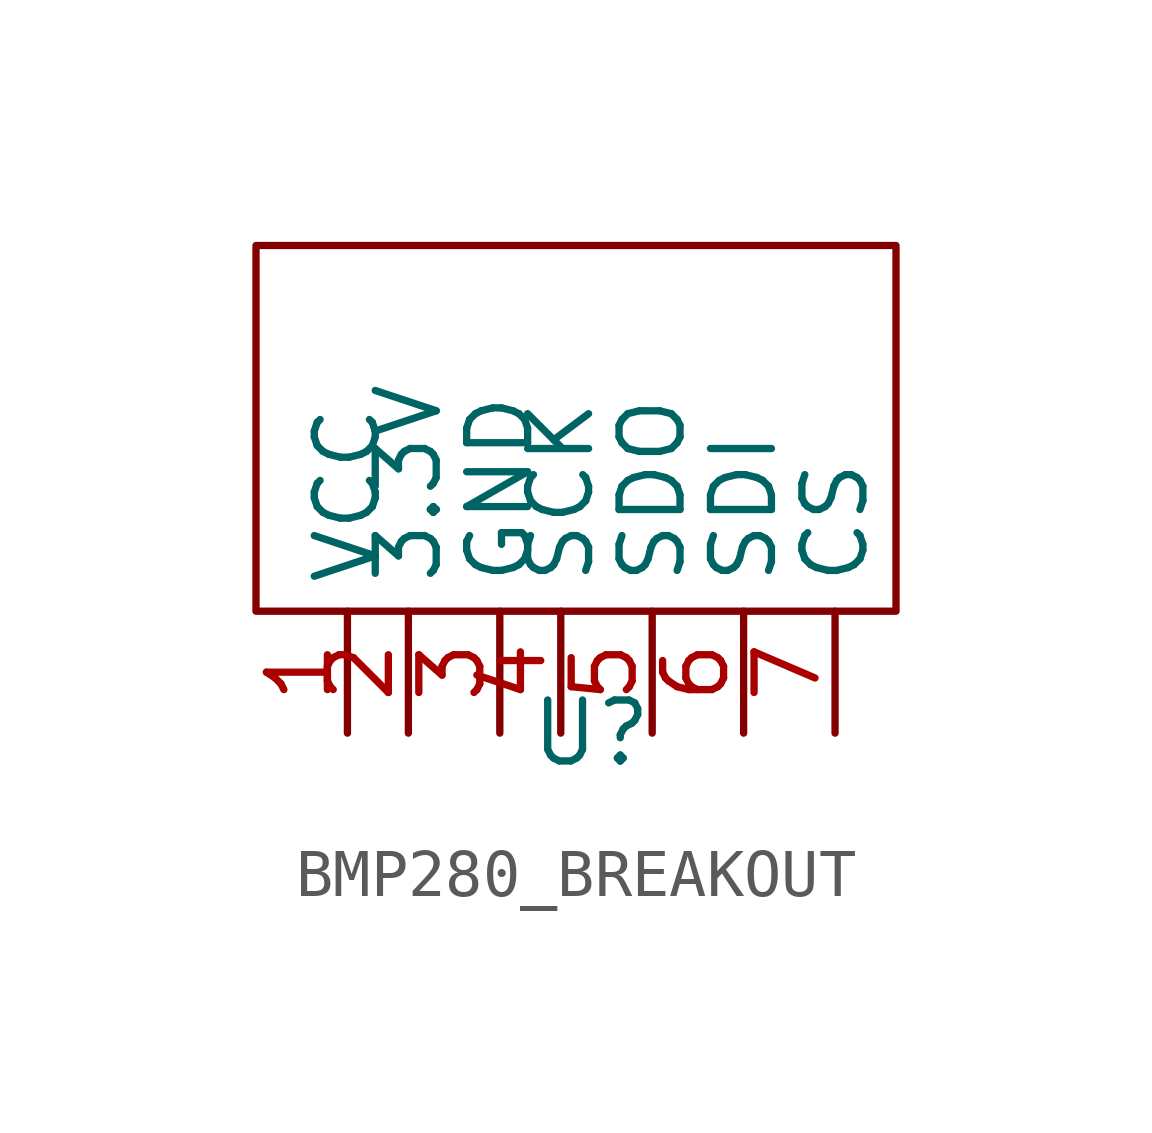
<source format=kicad_sym>
(kicad_symbol_lib
  (version 20231120)
  (generator "kicad_symbol_editor")
  (generator_version "8.0")
  (symbol "BMP280_BREAKOUT"
    (property "Reference" "U"
      (at 0 0 0)
      (effects (font (size 1.27 1.27))))
    (property "Value" ""
      (at 0 0 0)
      (effects (font (size 1.27 1.27))))
    (symbol "BMP280_BREAKOUT_0_1"
      (rectangle (start -6.985 10.16) (end 6.35 2.54) (stroke (width 0) (type default)) (fill (type none))))
    (symbol "BMP280_BREAKOUT_1_1"
      (pin input line (at -5.08 0 90) (length 2.54) (name "VCC" (effects (font (size 1.27 1.27)))) (number "1" (effects (font (size 1.27 1.27)))))
      (pin input line (at -3.81 0 90) (length 2.54) (name "3.3V" (effects (font (size 1.27 1.27)))) (number "2" (effects (font (size 1.27 1.27)))))
      (pin output line (at -1.905 0 90) (length 2.54) (name "GND" (effects (font (size 1.27 1.27)))) (number "3" (effects (font (size 1.27 1.27)))))
      (pin input line (at -0.635 0 90) (length 2.54) (name "SCK" (effects (font (size 1.27 1.27)))) (number "4" (effects (font (size 1.27 1.27)))))
      (pin output line (at 1.27 0 90) (length 2.54) (name "SDO" (effects (font (size 1.27 1.27)))) (number "5" (effects (font (size 1.27 1.27)))))
      (pin input line (at 3.175 0 90) (length 2.54) (name "SDI" (effects (font (size 1.27 1.27)))) (number "6" (effects (font (size 1.27 1.27)))))
      (pin input line (at 5.08 0 90) (length 2.54) (name "CS" (effects (font (size 1.27 1.27)))) (number "7" (effects (font (size 1.27 1.27))))))))
</source>
